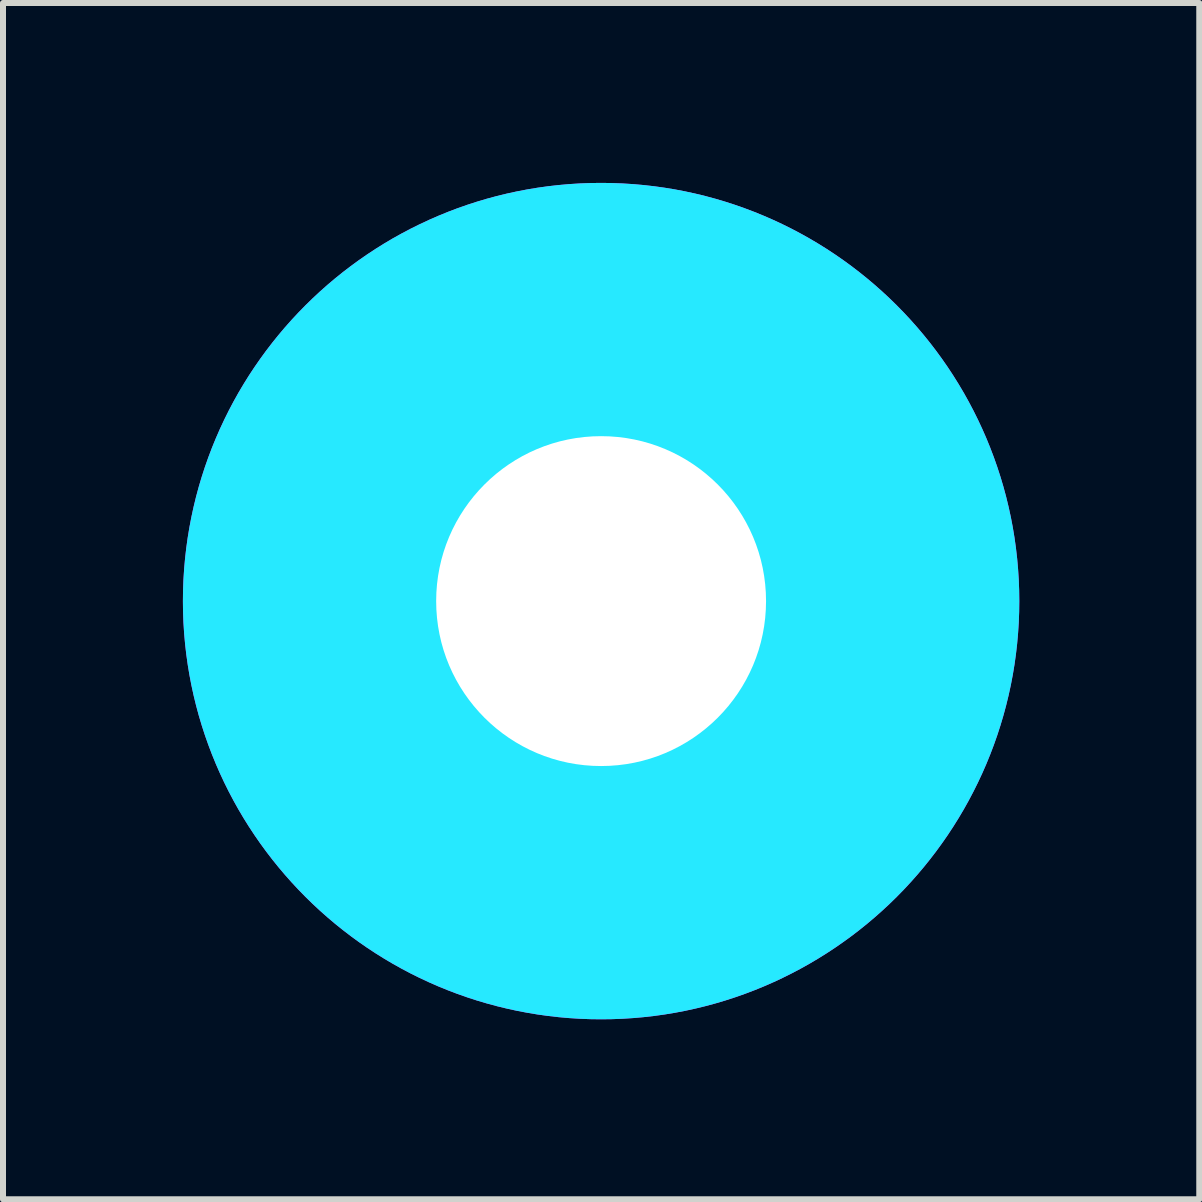
<source format=kicad_pcb>
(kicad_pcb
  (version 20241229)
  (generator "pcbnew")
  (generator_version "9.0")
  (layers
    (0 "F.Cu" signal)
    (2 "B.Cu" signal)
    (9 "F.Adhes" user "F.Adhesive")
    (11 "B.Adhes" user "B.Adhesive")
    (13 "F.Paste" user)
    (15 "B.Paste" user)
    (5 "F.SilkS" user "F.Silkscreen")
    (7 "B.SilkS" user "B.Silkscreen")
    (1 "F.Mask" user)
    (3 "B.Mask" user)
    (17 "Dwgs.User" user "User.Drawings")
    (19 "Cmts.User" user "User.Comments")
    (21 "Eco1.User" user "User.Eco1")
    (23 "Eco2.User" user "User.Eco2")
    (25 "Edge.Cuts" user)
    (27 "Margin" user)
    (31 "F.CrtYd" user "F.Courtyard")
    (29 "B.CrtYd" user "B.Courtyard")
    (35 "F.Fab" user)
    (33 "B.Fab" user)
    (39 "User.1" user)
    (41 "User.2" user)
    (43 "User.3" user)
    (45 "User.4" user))
  (footprint "footprint"
    (layer "F.Cu")
    (at 6.972 6.972)
    (property "Reference" "footprint" (at 0 0 0) (layer "F.SilkS") (effects (font (size 1.27 1.27) (thickness 0.15))))
    (fp_line (start -2.159 0) (end -4.445 0) (stroke (width 0.051) (type solid)) (layer "F.SilkS"))
    (fp_line (start 0 -4.445) (end 0 -2.159) (stroke (width 0.051) (type solid)) (layer "F.SilkS"))
    (fp_line (start 0 2.159) (end 0 4.445) (stroke (width 0.051) (type solid)) (layer "F.SilkS"))
    (fp_line (start 4.445 0) (end 2.159 0) (stroke (width 0.051) (type solid)) (layer "F.SilkS"))
    (fp_circle (center 0 0) (end 2.85 0) (stroke (width 0.152) (type solid)) (fill no) (layer "F.SilkS"))
    (fp_circle (center 0 0) (end 4.496 0) (stroke (width 0.152) (type solid)) (fill no) (layer "F.SilkS"))
    (fp_circle (center 0 0) (end 4.699 0) (stroke (width 4.547) (type solid)) (fill no) (layer "B.CrtYd"))
    (fp_circle (center 0 0) (end 4.699 0) (stroke (width 4.547) (type solid)) (fill no) (layer "F.CrtYd"))
    (fp_arc (start 0 -2.54) (mid 1.796051 -1.796051) (end 2.54 0) (stroke (width 3.9116) (type solid)) (layer "F.Fab"))
    (fp_arc (start 0 2.54) (mid -1.796051 1.796051) (end -2.54 0) (stroke (width 3.9116) (type solid)) (layer "F.Fab"))
    (fp_circle (center 0 0) (end 0.762 0) (stroke (width 0.457) (type solid)) (fill no) (layer "F.Fab"))
    (pad "" np_thru_hole circle (at 0 0) (size 5.5 5.5) (drill 5.5) (layers "*.Cu" "*.Mask"))
    (zone (net_name "") (layer "F.Cu") (hatch edge 0.508) (connect_pads) (min_thickness 0.254) (filled_areas_thickness no) (keepout (tracks not_allowed) (vias not_allowed) (pads not_allowed) (copperpour not_allowed) (footprints allowed)) (placement (enabled no)) (fill) (polygon (pts (xy 13.068 6.972) (xy 12.976 5.914) (xy 12.701 4.887) (xy 12.252 3.924) (xy 11.642 3.054) (xy 10.891 2.302) (xy 10.02 1.693) (xy 9.057 1.244) (xy 8.031 0.969) (xy 6.972 0.876) (xy 5.914 0.969) (xy 4.887 1.244) (xy 3.924 1.693) (xy 3.054 2.302) (xy 2.302 3.054) (xy 1.693 3.924) (xy 1.244 4.887) (xy 0.969 5.914) (xy 0.876 6.972) (xy 0.969 8.031) (xy 1.244 9.057) (xy 1.693 10.02) (xy 2.302 10.891) (xy 3.054 11.642) (xy 3.924 12.252) (xy 4.887 12.701) (xy 5.914 12.976) (xy 6.972 13.068) (xy 8.031 12.976) (xy 9.057 12.701) (xy 10.02 12.252) (xy 10.891 11.642) (xy 11.642 10.891) (xy 12.252 10.02) (xy 12.701 9.057) (xy 12.976 8.031))) (polygon (pts (xy 10.528 6.972) (xy 10.474 6.355) (xy 10.314 5.756) (xy 10.052 5.194) (xy 9.696 4.687) (xy 9.258 4.248) (xy 8.75 3.893) (xy 8.189 3.631) (xy 7.59 3.47) (xy 6.972 3.416) (xy 6.355 3.47) (xy 5.756 3.631) (xy 5.194 3.893) (xy 4.687 4.248) (xy 4.248 4.687) (xy 3.893 5.194) (xy 3.631 5.756) (xy 3.47 6.355) (xy 3.416 6.972) (xy 3.47 7.59) (xy 3.631 8.189) (xy 3.893 8.75) (xy 4.248 9.258) (xy 4.687 9.696) (xy 5.194 10.052) (xy 5.756 10.314) (xy 6.355 10.474) (xy 6.972 10.528) (xy 7.59 10.474) (xy 8.189 10.314) (xy 8.75 10.052) (xy 9.258 9.696) (xy 9.696 9.258) (xy 10.052 8.75) (xy 10.314 8.189) (xy 10.474 7.59))))
    (zone (net_name "") (layers "F.Cu" "B.Cu") (hatch edge 0.508) (connect_pads) (min_thickness 0.254) (filled_areas_thickness no) (keepout (tracks allowed) (vias not_allowed) (pads allowed) (copperpour allowed) (footprints allowed)) (placement (enabled no)) (fill) (polygon (pts (xy 13.068 6.972) (xy 12.976 5.914) (xy 12.701 4.887) (xy 12.252 3.924) (xy 11.642 3.054) (xy 10.891 2.302) (xy 10.02 1.693) (xy 9.057 1.244) (xy 8.031 0.969) (xy 6.972 0.876) (xy 5.914 0.969) (xy 4.887 1.244) (xy 3.924 1.693) (xy 3.054 2.302) (xy 2.302 3.054) (xy 1.693 3.924) (xy 1.244 4.887) (xy 0.969 5.914) (xy 0.876 6.972) (xy 0.969 8.031) (xy 1.244 9.057) (xy 1.693 10.02) (xy 2.302 10.891) (xy 3.054 11.642) (xy 3.924 12.252) (xy 4.887 12.701) (xy 5.914 12.976) (xy 6.972 13.068) (xy 8.031 12.976) (xy 9.057 12.701) (xy 10.02 12.252) (xy 10.891 11.642) (xy 11.642 10.891) (xy 12.252 10.02) (xy 12.701 9.057) (xy 12.976 8.031))) (polygon (pts (xy 10.528 6.972) (xy 10.474 6.355) (xy 10.314 5.756) (xy 10.052 5.194) (xy 9.696 4.687) (xy 9.258 4.248) (xy 8.75 3.893) (xy 8.189 3.631) (xy 7.59 3.47) (xy 6.972 3.416) (xy 6.355 3.47) (xy 5.756 3.631) (xy 5.194 3.893) (xy 4.687 4.248) (xy 4.248 4.687) (xy 3.893 5.194) (xy 3.631 5.756) (xy 3.47 6.355) (xy 3.416 6.972) (xy 3.47 7.59) (xy 3.631 8.189) (xy 3.893 8.75) (xy 4.248 9.258) (xy 4.687 9.696) (xy 5.194 10.052) (xy 5.756 10.314) (xy 6.355 10.474) (xy 6.972 10.528) (xy 7.59 10.474) (xy 8.189 10.314) (xy 8.75 10.052) (xy 9.258 9.696) (xy 9.696 9.258) (xy 10.052 8.75) (xy 10.314 8.189) (xy 10.474 7.59))))
    (zone (net_name "") (layer "B.Cu") (hatch edge 0.508) (connect_pads) (min_thickness 0.254) (filled_areas_thickness no) (keepout (tracks not_allowed) (vias not_allowed) (pads not_allowed) (copperpour not_allowed) (footprints allowed)) (placement (enabled no)) (fill) (polygon (pts (xy 13.068 6.972) (xy 12.976 5.914) (xy 12.701 4.887) (xy 12.252 3.924) (xy 11.642 3.054) (xy 10.891 2.302) (xy 10.02 1.693) (xy 9.057 1.244) (xy 8.031 0.969) (xy 6.972 0.876) (xy 5.914 0.969) (xy 4.887 1.244) (xy 3.924 1.693) (xy 3.054 2.302) (xy 2.302 3.054) (xy 1.693 3.924) (xy 1.244 4.887) (xy 0.969 5.914) (xy 0.876 6.972) (xy 0.969 8.031) (xy 1.244 9.057) (xy 1.693 10.02) (xy 2.302 10.891) (xy 3.054 11.642) (xy 3.924 12.252) (xy 4.887 12.701) (xy 5.914 12.976) (xy 6.972 13.068) (xy 8.031 12.976) (xy 9.057 12.701) (xy 10.02 12.252) (xy 10.891 11.642) (xy 11.642 10.891) (xy 12.252 10.02) (xy 12.701 9.057) (xy 12.976 8.031))) (polygon (pts (xy 10.528 6.972) (xy 10.474 6.355) (xy 10.314 5.756) (xy 10.052 5.194) (xy 9.696 4.687) (xy 9.258 4.248) (xy 8.75 3.893) (xy 8.189 3.631) (xy 7.59 3.47) (xy 6.972 3.416) (xy 6.355 3.47) (xy 5.756 3.631) (xy 5.194 3.893) (xy 4.687 4.248) (xy 4.248 4.687) (xy 3.893 5.194) (xy 3.631 5.756) (xy 3.47 6.355) (xy 3.416 6.972) (xy 3.47 7.59) (xy 3.631 8.189) (xy 3.893 8.75) (xy 4.248 9.258) (xy 4.687 9.696) (xy 5.194 10.052) (xy 5.756 10.314) (xy 6.355 10.474) (xy 6.972 10.528) (xy 7.59 10.474) (xy 8.189 10.314) (xy 8.75 10.052) (xy 9.258 9.696) (xy 9.696 9.258) (xy 10.052 8.75) (xy 10.314 8.189) (xy 10.474 7.59)))))
  (gr_rect
    (start -3 -3)
    (end 16.945 16.945)
    (stroke (width 0.1) (type default))
    (fill no)
    (layer "Edge.Cuts")))
</source>
